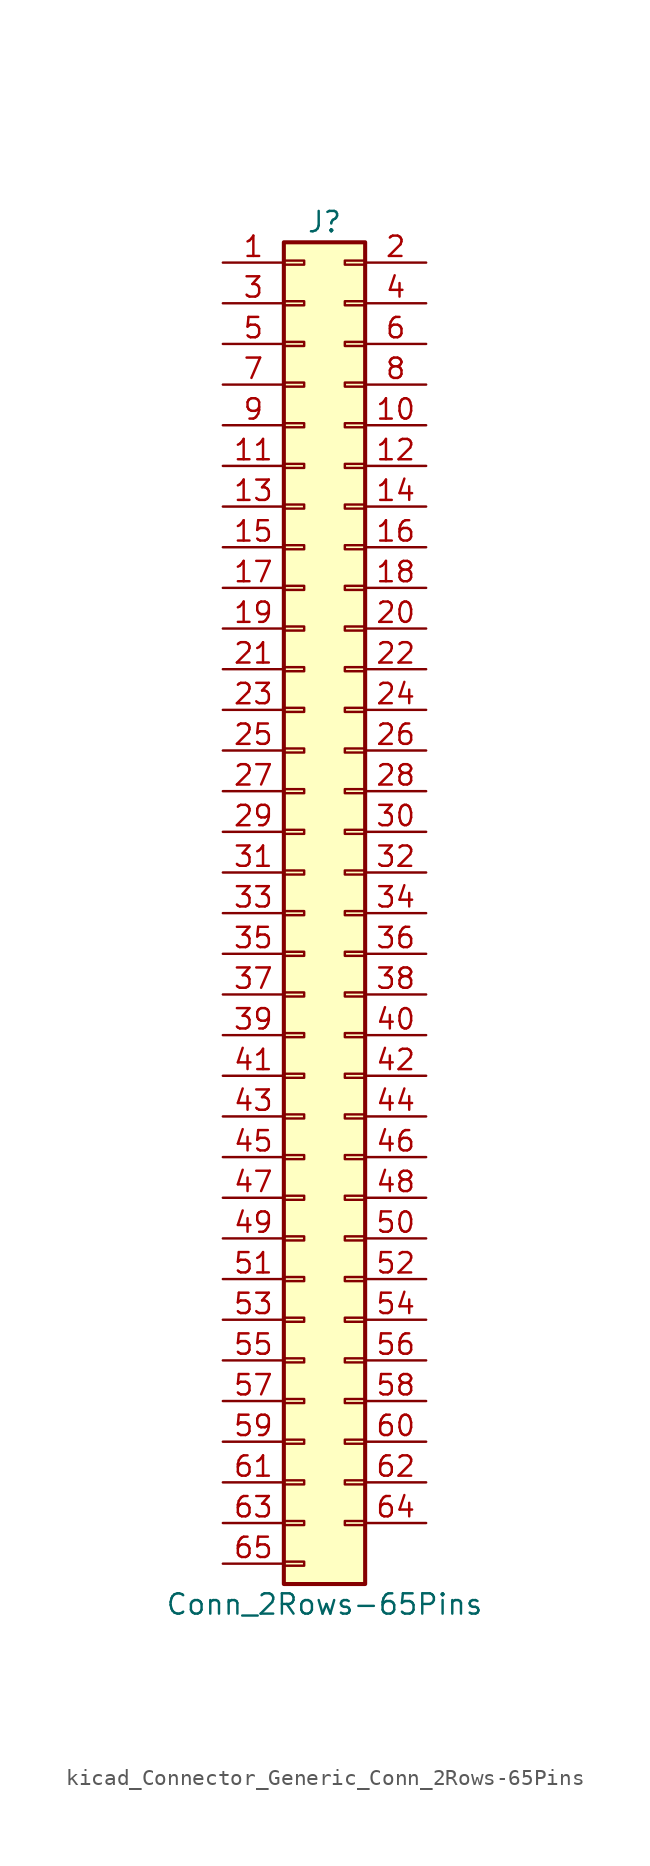
<source format=kicad_sym>
(kicad_symbol_lib
  (version 20220914)
  (generator kicad_symbol_editor)
  (symbol "kicad_Connector_Generic_Conn_2Rows-65Pins"
    (pin_names
      (offset 1.016) hide)
    (property "Reference" "J"
      (at 1.27 43.18 0)
      (effects (font (size 1.27 1.27))))
    (property "Value" "Conn_2Rows-65Pins"
      (at 1.27 -43.18 0)
      (effects (font (size 1.27 1.27))))
    (symbol "kicad_Connector_Generic_Conn_2Rows-65Pins_1_1"
      (rectangle (start -1.27 -40.513) (end 0 -40.767) (stroke (width 0.152) (type default)) (fill (type none)))
      (rectangle (start -1.27 -37.973) (end 0 -38.227) (stroke (width 0.152) (type default)) (fill (type none)))
      (rectangle (start -1.27 -35.433) (end 0 -35.687) (stroke (width 0.152) (type default)) (fill (type none)))
      (rectangle (start -1.27 -32.893) (end 0 -33.147) (stroke (width 0.152) (type default)) (fill (type none)))
      (rectangle (start -1.27 -30.353) (end 0 -30.607) (stroke (width 0.152) (type default)) (fill (type none)))
      (rectangle (start -1.27 -27.813) (end 0 -28.067) (stroke (width 0.152) (type default)) (fill (type none)))
      (rectangle (start -1.27 -25.273) (end 0 -25.527) (stroke (width 0.152) (type default)) (fill (type none)))
      (rectangle (start -1.27 -22.733) (end 0 -22.987) (stroke (width 0.152) (type default)) (fill (type none)))
      (rectangle (start -1.27 -20.193) (end 0 -20.447) (stroke (width 0.152) (type default)) (fill (type none)))
      (rectangle (start -1.27 -17.653) (end 0 -17.907) (stroke (width 0.152) (type default)) (fill (type none)))
      (rectangle (start -1.27 -15.113) (end 0 -15.367) (stroke (width 0.152) (type default)) (fill (type none)))
      (rectangle (start -1.27 -12.573) (end 0 -12.827) (stroke (width 0.152) (type default)) (fill (type none)))
      (rectangle (start -1.27 -10.033) (end 0 -10.287) (stroke (width 0.152) (type default)) (fill (type none)))
      (rectangle (start -1.27 -7.493) (end 0 -7.747) (stroke (width 0.152) (type default)) (fill (type none)))
      (rectangle (start -1.27 -4.953) (end 0 -5.207) (stroke (width 0.152) (type default)) (fill (type none)))
      (rectangle (start -1.27 -2.413) (end 0 -2.667) (stroke (width 0.152) (type default)) (fill (type none)))
      (rectangle (start -1.27 0.127) (end 0 -0.127) (stroke (width 0.152) (type default)) (fill (type none)))
      (rectangle (start -1.27 2.667) (end 0 2.413) (stroke (width 0.152) (type default)) (fill (type none)))
      (rectangle (start -1.27 5.207) (end 0 4.953) (stroke (width 0.152) (type default)) (fill (type none)))
      (rectangle (start -1.27 7.747) (end 0 7.493) (stroke (width 0.152) (type default)) (fill (type none)))
      (rectangle (start -1.27 10.287) (end 0 10.033) (stroke (width 0.152) (type default)) (fill (type none)))
      (rectangle (start -1.27 12.827) (end 0 12.573) (stroke (width 0.152) (type default)) (fill (type none)))
      (rectangle (start -1.27 15.367) (end 0 15.113) (stroke (width 0.152) (type default)) (fill (type none)))
      (rectangle (start -1.27 17.907) (end 0 17.653) (stroke (width 0.152) (type default)) (fill (type none)))
      (rectangle (start -1.27 20.447) (end 0 20.193) (stroke (width 0.152) (type default)) (fill (type none)))
      (rectangle (start -1.27 22.987) (end 0 22.733) (stroke (width 0.152) (type default)) (fill (type none)))
      (rectangle (start -1.27 25.527) (end 0 25.273) (stroke (width 0.152) (type default)) (fill (type none)))
      (rectangle (start -1.27 28.067) (end 0 27.813) (stroke (width 0.152) (type default)) (fill (type none)))
      (rectangle (start -1.27 30.607) (end 0 30.353) (stroke (width 0.152) (type default)) (fill (type none)))
      (rectangle (start -1.27 33.147) (end 0 32.893) (stroke (width 0.152) (type default)) (fill (type none)))
      (rectangle (start -1.27 35.687) (end 0 35.433) (stroke (width 0.152) (type default)) (fill (type none)))
      (rectangle (start -1.27 38.227) (end 0 37.973) (stroke (width 0.152) (type default)) (fill (type none)))
      (rectangle (start -1.27 40.767) (end 0 40.513) (stroke (width 0.152) (type default)) (fill (type none)))
      (rectangle (start -1.27 41.91) (end 3.81 -41.91) (stroke (width 0.254) (type default)) (fill (type background)))
      (rectangle (start 3.81 -37.973) (end 2.54 -38.227) (stroke (width 0.152) (type default)) (fill (type none)))
      (rectangle (start 3.81 -35.433) (end 2.54 -35.687) (stroke (width 0.152) (type default)) (fill (type none)))
      (rectangle (start 3.81 -32.893) (end 2.54 -33.147) (stroke (width 0.152) (type default)) (fill (type none)))
      (rectangle (start 3.81 -30.353) (end 2.54 -30.607) (stroke (width 0.152) (type default)) (fill (type none)))
      (rectangle (start 3.81 -27.813) (end 2.54 -28.067) (stroke (width 0.152) (type default)) (fill (type none)))
      (rectangle (start 3.81 -25.273) (end 2.54 -25.527) (stroke (width 0.152) (type default)) (fill (type none)))
      (rectangle (start 3.81 -22.733) (end 2.54 -22.987) (stroke (width 0.152) (type default)) (fill (type none)))
      (rectangle (start 3.81 -20.193) (end 2.54 -20.447) (stroke (width 0.152) (type default)) (fill (type none)))
      (rectangle (start 3.81 -17.653) (end 2.54 -17.907) (stroke (width 0.152) (type default)) (fill (type none)))
      (rectangle (start 3.81 -15.113) (end 2.54 -15.367) (stroke (width 0.152) (type default)) (fill (type none)))
      (rectangle (start 3.81 -12.573) (end 2.54 -12.827) (stroke (width 0.152) (type default)) (fill (type none)))
      (rectangle (start 3.81 -10.033) (end 2.54 -10.287) (stroke (width 0.152) (type default)) (fill (type none)))
      (rectangle (start 3.81 -7.493) (end 2.54 -7.747) (stroke (width 0.152) (type default)) (fill (type none)))
      (rectangle (start 3.81 -4.953) (end 2.54 -5.207) (stroke (width 0.152) (type default)) (fill (type none)))
      (rectangle (start 3.81 -2.413) (end 2.54 -2.667) (stroke (width 0.152) (type default)) (fill (type none)))
      (rectangle (start 3.81 0.127) (end 2.54 -0.127) (stroke (width 0.152) (type default)) (fill (type none)))
      (rectangle (start 3.81 2.667) (end 2.54 2.413) (stroke (width 0.152) (type default)) (fill (type none)))
      (rectangle (start 3.81 5.207) (end 2.54 4.953) (stroke (width 0.152) (type default)) (fill (type none)))
      (rectangle (start 3.81 7.747) (end 2.54 7.493) (stroke (width 0.152) (type default)) (fill (type none)))
      (rectangle (start 3.81 10.287) (end 2.54 10.033) (stroke (width 0.152) (type default)) (fill (type none)))
      (rectangle (start 3.81 12.827) (end 2.54 12.573) (stroke (width 0.152) (type default)) (fill (type none)))
      (rectangle (start 3.81 15.367) (end 2.54 15.113) (stroke (width 0.152) (type default)) (fill (type none)))
      (rectangle (start 3.81 17.907) (end 2.54 17.653) (stroke (width 0.152) (type default)) (fill (type none)))
      (rectangle (start 3.81 20.447) (end 2.54 20.193) (stroke (width 0.152) (type default)) (fill (type none)))
      (rectangle (start 3.81 22.987) (end 2.54 22.733) (stroke (width 0.152) (type default)) (fill (type none)))
      (rectangle (start 3.81 25.527) (end 2.54 25.273) (stroke (width 0.152) (type default)) (fill (type none)))
      (rectangle (start 3.81 28.067) (end 2.54 27.813) (stroke (width 0.152) (type default)) (fill (type none)))
      (rectangle (start 3.81 30.607) (end 2.54 30.353) (stroke (width 0.152) (type default)) (fill (type none)))
      (rectangle (start 3.81 33.147) (end 2.54 32.893) (stroke (width 0.152) (type default)) (fill (type none)))
      (rectangle (start 3.81 35.687) (end 2.54 35.433) (stroke (width 0.152) (type default)) (fill (type none)))
      (rectangle (start 3.81 38.227) (end 2.54 37.973) (stroke (width 0.152) (type default)) (fill (type none)))
      (rectangle (start 3.81 40.767) (end 2.54 40.513) (stroke (width 0.152) (type default)) (fill (type none)))
      (pin passive line (at -5.08 40.64 0) (length 3.81) (name "Pin_1" (effects (font (size 1.27 1.27)))) (number "1" (effects (font (size 1.27 1.27)))))
      (pin passive line (at 7.62 30.48 180) (length 3.81) (name "Pin_10" (effects (font (size 1.27 1.27)))) (number "10" (effects (font (size 1.27 1.27)))))
      (pin passive line (at -5.08 27.94 0) (length 3.81) (name "Pin_11" (effects (font (size 1.27 1.27)))) (number "11" (effects (font (size 1.27 1.27)))))
      (pin passive line (at 7.62 27.94 180) (length 3.81) (name "Pin_12" (effects (font (size 1.27 1.27)))) (number "12" (effects (font (size 1.27 1.27)))))
      (pin passive line (at -5.08 25.4 0) (length 3.81) (name "Pin_13" (effects (font (size 1.27 1.27)))) (number "13" (effects (font (size 1.27 1.27)))))
      (pin passive line (at 7.62 25.4 180) (length 3.81) (name "Pin_14" (effects (font (size 1.27 1.27)))) (number "14" (effects (font (size 1.27 1.27)))))
      (pin passive line (at -5.08 22.86 0) (length 3.81) (name "Pin_15" (effects (font (size 1.27 1.27)))) (number "15" (effects (font (size 1.27 1.27)))))
      (pin passive line (at 7.62 22.86 180) (length 3.81) (name "Pin_16" (effects (font (size 1.27 1.27)))) (number "16" (effects (font (size 1.27 1.27)))))
      (pin passive line (at -5.08 20.32 0) (length 3.81) (name "Pin_17" (effects (font (size 1.27 1.27)))) (number "17" (effects (font (size 1.27 1.27)))))
      (pin passive line (at 7.62 20.32 180) (length 3.81) (name "Pin_18" (effects (font (size 1.27 1.27)))) (number "18" (effects (font (size 1.27 1.27)))))
      (pin passive line (at -5.08 17.78 0) (length 3.81) (name "Pin_19" (effects (font (size 1.27 1.27)))) (number "19" (effects (font (size 1.27 1.27)))))
      (pin passive line (at 7.62 40.64 180) (length 3.81) (name "Pin_2" (effects (font (size 1.27 1.27)))) (number "2" (effects (font (size 1.27 1.27)))))
      (pin passive line (at 7.62 17.78 180) (length 3.81) (name "Pin_20" (effects (font (size 1.27 1.27)))) (number "20" (effects (font (size 1.27 1.27)))))
      (pin passive line (at -5.08 15.24 0) (length 3.81) (name "Pin_21" (effects (font (size 1.27 1.27)))) (number "21" (effects (font (size 1.27 1.27)))))
      (pin passive line (at 7.62 15.24 180) (length 3.81) (name "Pin_22" (effects (font (size 1.27 1.27)))) (number "22" (effects (font (size 1.27 1.27)))))
      (pin passive line (at -5.08 12.7 0) (length 3.81) (name "Pin_23" (effects (font (size 1.27 1.27)))) (number "23" (effects (font (size 1.27 1.27)))))
      (pin passive line (at 7.62 12.7 180) (length 3.81) (name "Pin_24" (effects (font (size 1.27 1.27)))) (number "24" (effects (font (size 1.27 1.27)))))
      (pin passive line (at -5.08 10.16 0) (length 3.81) (name "Pin_25" (effects (font (size 1.27 1.27)))) (number "25" (effects (font (size 1.27 1.27)))))
      (pin passive line (at 7.62 10.16 180) (length 3.81) (name "Pin_26" (effects (font (size 1.27 1.27)))) (number "26" (effects (font (size 1.27 1.27)))))
      (pin passive line (at -5.08 7.62 0) (length 3.81) (name "Pin_27" (effects (font (size 1.27 1.27)))) (number "27" (effects (font (size 1.27 1.27)))))
      (pin passive line (at 7.62 7.62 180) (length 3.81) (name "Pin_28" (effects (font (size 1.27 1.27)))) (number "28" (effects (font (size 1.27 1.27)))))
      (pin passive line (at -5.08 5.08 0) (length 3.81) (name "Pin_29" (effects (font (size 1.27 1.27)))) (number "29" (effects (font (size 1.27 1.27)))))
      (pin passive line (at -5.08 38.1 0) (length 3.81) (name "Pin_3" (effects (font (size 1.27 1.27)))) (number "3" (effects (font (size 1.27 1.27)))))
      (pin passive line (at 7.62 5.08 180) (length 3.81) (name "Pin_30" (effects (font (size 1.27 1.27)))) (number "30" (effects (font (size 1.27 1.27)))))
      (pin passive line (at -5.08 2.54 0) (length 3.81) (name "Pin_31" (effects (font (size 1.27 1.27)))) (number "31" (effects (font (size 1.27 1.27)))))
      (pin passive line (at 7.62 2.54 180) (length 3.81) (name "Pin_32" (effects (font (size 1.27 1.27)))) (number "32" (effects (font (size 1.27 1.27)))))
      (pin passive line (at -5.08 0 0) (length 3.81) (name "Pin_33" (effects (font (size 1.27 1.27)))) (number "33" (effects (font (size 1.27 1.27)))))
      (pin passive line (at 7.62 0 180) (length 3.81) (name "Pin_34" (effects (font (size 1.27 1.27)))) (number "34" (effects (font (size 1.27 1.27)))))
      (pin passive line (at -5.08 -2.54 0) (length 3.81) (name "Pin_35" (effects (font (size 1.27 1.27)))) (number "35" (effects (font (size 1.27 1.27)))))
      (pin passive line (at 7.62 -2.54 180) (length 3.81) (name "Pin_36" (effects (font (size 1.27 1.27)))) (number "36" (effects (font (size 1.27 1.27)))))
      (pin passive line (at -5.08 -5.08 0) (length 3.81) (name "Pin_37" (effects (font (size 1.27 1.27)))) (number "37" (effects (font (size 1.27 1.27)))))
      (pin passive line (at 7.62 -5.08 180) (length 3.81) (name "Pin_38" (effects (font (size 1.27 1.27)))) (number "38" (effects (font (size 1.27 1.27)))))
      (pin passive line (at -5.08 -7.62 0) (length 3.81) (name "Pin_39" (effects (font (size 1.27 1.27)))) (number "39" (effects (font (size 1.27 1.27)))))
      (pin passive line (at 7.62 38.1 180) (length 3.81) (name "Pin_4" (effects (font (size 1.27 1.27)))) (number "4" (effects (font (size 1.27 1.27)))))
      (pin passive line (at 7.62 -7.62 180) (length 3.81) (name "Pin_40" (effects (font (size 1.27 1.27)))) (number "40" (effects (font (size 1.27 1.27)))))
      (pin passive line (at -5.08 -10.16 0) (length 3.81) (name "Pin_41" (effects (font (size 1.27 1.27)))) (number "41" (effects (font (size 1.27 1.27)))))
      (pin passive line (at 7.62 -10.16 180) (length 3.81) (name "Pin_42" (effects (font (size 1.27 1.27)))) (number "42" (effects (font (size 1.27 1.27)))))
      (pin passive line (at -5.08 -12.7 0) (length 3.81) (name "Pin_43" (effects (font (size 1.27 1.27)))) (number "43" (effects (font (size 1.27 1.27)))))
      (pin passive line (at 7.62 -12.7 180) (length 3.81) (name "Pin_44" (effects (font (size 1.27 1.27)))) (number "44" (effects (font (size 1.27 1.27)))))
      (pin passive line (at -5.08 -15.24 0) (length 3.81) (name "Pin_45" (effects (font (size 1.27 1.27)))) (number "45" (effects (font (size 1.27 1.27)))))
      (pin passive line (at 7.62 -15.24 180) (length 3.81) (name "Pin_46" (effects (font (size 1.27 1.27)))) (number "46" (effects (font (size 1.27 1.27)))))
      (pin passive line (at -5.08 -17.78 0) (length 3.81) (name "Pin_47" (effects (font (size 1.27 1.27)))) (number "47" (effects (font (size 1.27 1.27)))))
      (pin passive line (at 7.62 -17.78 180) (length 3.81) (name "Pin_48" (effects (font (size 1.27 1.27)))) (number "48" (effects (font (size 1.27 1.27)))))
      (pin passive line (at -5.08 -20.32 0) (length 3.81) (name "Pin_49" (effects (font (size 1.27 1.27)))) (number "49" (effects (font (size 1.27 1.27)))))
      (pin passive line (at -5.08 35.56 0) (length 3.81) (name "Pin_5" (effects (font (size 1.27 1.27)))) (number "5" (effects (font (size 1.27 1.27)))))
      (pin passive line (at 7.62 -20.32 180) (length 3.81) (name "Pin_50" (effects (font (size 1.27 1.27)))) (number "50" (effects (font (size 1.27 1.27)))))
      (pin passive line (at -5.08 -22.86 0) (length 3.81) (name "Pin_51" (effects (font (size 1.27 1.27)))) (number "51" (effects (font (size 1.27 1.27)))))
      (pin passive line (at 7.62 -22.86 180) (length 3.81) (name "Pin_52" (effects (font (size 1.27 1.27)))) (number "52" (effects (font (size 1.27 1.27)))))
      (pin passive line (at -5.08 -25.4 0) (length 3.81) (name "Pin_53" (effects (font (size 1.27 1.27)))) (number "53" (effects (font (size 1.27 1.27)))))
      (pin passive line (at 7.62 -25.4 180) (length 3.81) (name "Pin_54" (effects (font (size 1.27 1.27)))) (number "54" (effects (font (size 1.27 1.27)))))
      (pin passive line (at -5.08 -27.94 0) (length 3.81) (name "Pin_55" (effects (font (size 1.27 1.27)))) (number "55" (effects (font (size 1.27 1.27)))))
      (pin passive line (at 7.62 -27.94 180) (length 3.81) (name "Pin_56" (effects (font (size 1.27 1.27)))) (number "56" (effects (font (size 1.27 1.27)))))
      (pin passive line (at -5.08 -30.48 0) (length 3.81) (name "Pin_57" (effects (font (size 1.27 1.27)))) (number "57" (effects (font (size 1.27 1.27)))))
      (pin passive line (at 7.62 -30.48 180) (length 3.81) (name "Pin_58" (effects (font (size 1.27 1.27)))) (number "58" (effects (font (size 1.27 1.27)))))
      (pin passive line (at -5.08 -33.02 0) (length 3.81) (name "Pin_59" (effects (font (size 1.27 1.27)))) (number "59" (effects (font (size 1.27 1.27)))))
      (pin passive line (at 7.62 35.56 180) (length 3.81) (name "Pin_6" (effects (font (size 1.27 1.27)))) (number "6" (effects (font (size 1.27 1.27)))))
      (pin passive line (at 7.62 -33.02 180) (length 3.81) (name "Pin_60" (effects (font (size 1.27 1.27)))) (number "60" (effects (font (size 1.27 1.27)))))
      (pin passive line (at -5.08 -35.56 0) (length 3.81) (name "Pin_61" (effects (font (size 1.27 1.27)))) (number "61" (effects (font (size 1.27 1.27)))))
      (pin passive line (at 7.62 -35.56 180) (length 3.81) (name "Pin_62" (effects (font (size 1.27 1.27)))) (number "62" (effects (font (size 1.27 1.27)))))
      (pin passive line (at -5.08 -38.1 0) (length 3.81) (name "Pin_63" (effects (font (size 1.27 1.27)))) (number "63" (effects (font (size 1.27 1.27)))))
      (pin passive line (at 7.62 -38.1 180) (length 3.81) (name "Pin_64" (effects (font (size 1.27 1.27)))) (number "64" (effects (font (size 1.27 1.27)))))
      (pin passive line (at -5.08 -40.64 0) (length 3.81) (name "Pin_65" (effects (font (size 1.27 1.27)))) (number "65" (effects (font (size 1.27 1.27)))))
      (pin passive line (at -5.08 33.02 0) (length 3.81) (name "Pin_7" (effects (font (size 1.27 1.27)))) (number "7" (effects (font (size 1.27 1.27)))))
      (pin passive line (at 7.62 33.02 180) (length 3.81) (name "Pin_8" (effects (font (size 1.27 1.27)))) (number "8" (effects (font (size 1.27 1.27)))))
      (pin passive line (at -5.08 30.48 0) (length 3.81) (name "Pin_9" (effects (font (size 1.27 1.27)))) (number "9" (effects (font (size 1.27 1.27))))))))
</source>
